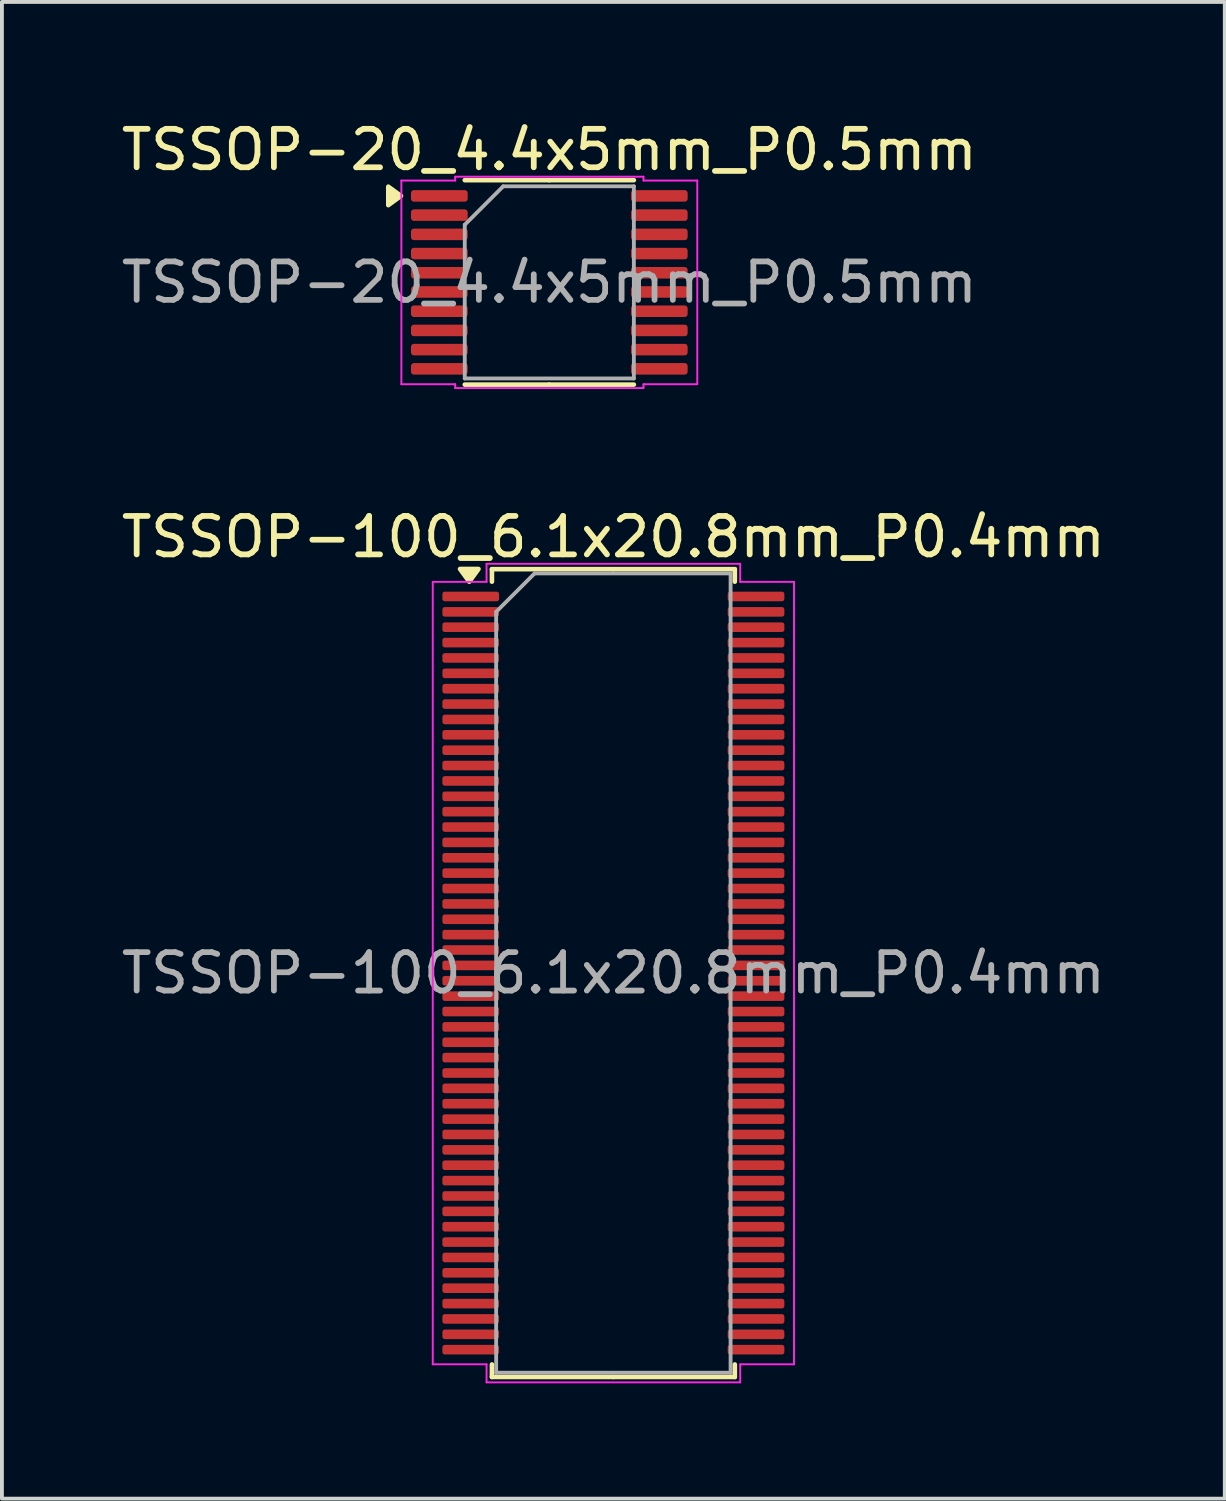
<source format=kicad_pcb>
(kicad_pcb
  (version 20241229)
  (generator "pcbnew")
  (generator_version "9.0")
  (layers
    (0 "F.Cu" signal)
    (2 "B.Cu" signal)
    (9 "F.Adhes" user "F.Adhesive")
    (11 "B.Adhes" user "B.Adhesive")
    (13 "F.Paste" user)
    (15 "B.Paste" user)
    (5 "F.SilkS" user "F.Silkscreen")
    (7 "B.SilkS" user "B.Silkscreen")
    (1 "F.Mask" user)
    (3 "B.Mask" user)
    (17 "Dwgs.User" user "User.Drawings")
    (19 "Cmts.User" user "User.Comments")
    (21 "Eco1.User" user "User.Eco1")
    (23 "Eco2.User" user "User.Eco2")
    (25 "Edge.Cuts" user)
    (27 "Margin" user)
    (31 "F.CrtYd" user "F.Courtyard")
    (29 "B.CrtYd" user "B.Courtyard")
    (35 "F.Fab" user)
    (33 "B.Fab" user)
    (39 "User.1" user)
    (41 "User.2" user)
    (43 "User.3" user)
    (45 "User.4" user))
  (footprint "TSSOP-100_6.1x20.8mm_P0.4mm"
    (layer "F.Cu")
    (at 12.911 22.271)
    (property "Reference" "TSSOP-100_6.1x20.8mm_P0.4mm" (at 0 -11.35 0) (layer "F.SilkS") (effects (font (size 1 1) (thickness 0.15))))
    (attr smd)
    (fp_line (start -3.16 -10.51) (end -3.16 -10.185) (stroke (width 0.12) (type solid)) (layer "F.SilkS"))
    (fp_line (start -3.16 10.51) (end -3.16 10.185) (stroke (width 0.12) (type solid)) (layer "F.SilkS"))
    (fp_line (start 0 -10.51) (end -3.16 -10.51) (stroke (width 0.12) (type solid)) (layer "F.SilkS"))
    (fp_line (start 0 -10.51) (end 3.16 -10.51) (stroke (width 0.12) (type solid)) (layer "F.SilkS"))
    (fp_line (start 0 10.51) (end -3.16 10.51) (stroke (width 0.12) (type solid)) (layer "F.SilkS"))
    (fp_line (start 0 10.51) (end 3.16 10.51) (stroke (width 0.12) (type solid)) (layer "F.SilkS"))
    (fp_line (start 3.16 -10.51) (end 3.16 -10.185) (stroke (width 0.12) (type solid)) (layer "F.SilkS"))
    (fp_line (start 3.16 10.51) (end 3.16 10.185) (stroke (width 0.12) (type solid)) (layer "F.SilkS"))
    (fp_poly (pts (xy -3.75 -10.185) (xy -3.99 -10.515) (xy -3.51 -10.515)) (stroke (width 0.12) (type solid)) (fill yes) (layer "F.SilkS"))
    (fp_line (start -4.7 -10.18) (end -3.3 -10.18) (stroke (width 0.05) (type solid)) (layer "F.CrtYd"))
    (fp_line (start -4.7 10.18) (end -4.7 -10.18) (stroke (width 0.05) (type solid)) (layer "F.CrtYd"))
    (fp_line (start -3.3 -10.65) (end 3.3 -10.65) (stroke (width 0.05) (type solid)) (layer "F.CrtYd"))
    (fp_line (start -3.3 -10.18) (end -3.3 -10.65) (stroke (width 0.05) (type solid)) (layer "F.CrtYd"))
    (fp_line (start -3.3 10.18) (end -4.7 10.18) (stroke (width 0.05) (type solid)) (layer "F.CrtYd"))
    (fp_line (start -3.3 10.65) (end -3.3 10.18) (stroke (width 0.05) (type solid)) (layer "F.CrtYd"))
    (fp_line (start 3.3 -10.65) (end 3.3 -10.18) (stroke (width 0.05) (type solid)) (layer "F.CrtYd"))
    (fp_line (start 3.3 -10.18) (end 4.7 -10.18) (stroke (width 0.05) (type solid)) (layer "F.CrtYd"))
    (fp_line (start 3.3 10.18) (end 3.3 10.65) (stroke (width 0.05) (type solid)) (layer "F.CrtYd"))
    (fp_line (start 3.3 10.65) (end -3.3 10.65) (stroke (width 0.05) (type solid)) (layer "F.CrtYd"))
    (fp_line (start 4.7 -10.18) (end 4.7 10.18) (stroke (width 0.05) (type solid)) (layer "F.CrtYd"))
    (fp_line (start 4.7 10.18) (end 3.3 10.18) (stroke (width 0.05) (type solid)) (layer "F.CrtYd"))
    (fp_line (start -3.05 -9.4) (end -2.05 -10.4) (stroke (width 0.1) (type solid)) (layer "F.Fab"))
    (fp_line (start -3.05 10.4) (end -3.05 -9.4) (stroke (width 0.1) (type solid)) (layer "F.Fab"))
    (fp_line (start -2.05 -10.4) (end 3.05 -10.4) (stroke (width 0.1) (type solid)) (layer "F.Fab"))
    (fp_line (start 3.05 -10.4) (end 3.05 10.4) (stroke (width 0.1) (type solid)) (layer "F.Fab"))
    (fp_line (start 3.05 10.4) (end -3.05 10.4) (stroke (width 0.1) (type solid)) (layer "F.Fab"))
    (fp_text user "${REFERENCE}" (at 0 0 0) (layer "F.Fab") (effects (font (size 1 1) (thickness 0.15))))
    (pad "1" smd roundrect (at -3.712 -9.8) (size 1.475 0.25) (layers "F.Cu" "F.Mask" "F.Paste") (roundrect_rratio 0.25))
    (pad "2" smd roundrect (at -3.712 -9.4) (size 1.475 0.25) (layers "F.Cu" "F.Mask" "F.Paste") (roundrect_rratio 0.25))
    (pad "3" smd roundrect (at -3.712 -9) (size 1.475 0.25) (layers "F.Cu" "F.Mask" "F.Paste") (roundrect_rratio 0.25))
    (pad "4" smd roundrect (at -3.712 -8.6) (size 1.475 0.25) (layers "F.Cu" "F.Mask" "F.Paste") (roundrect_rratio 0.25))
    (pad "5" smd roundrect (at -3.712 -8.2) (size 1.475 0.25) (layers "F.Cu" "F.Mask" "F.Paste") (roundrect_rratio 0.25))
    (pad "6" smd roundrect (at -3.712 -7.8) (size 1.475 0.25) (layers "F.Cu" "F.Mask" "F.Paste") (roundrect_rratio 0.25))
    (pad "7" smd roundrect (at -3.712 -7.4) (size 1.475 0.25) (layers "F.Cu" "F.Mask" "F.Paste") (roundrect_rratio 0.25))
    (pad "8" smd roundrect (at -3.712 -7) (size 1.475 0.25) (layers "F.Cu" "F.Mask" "F.Paste") (roundrect_rratio 0.25))
    (pad "9" smd roundrect (at -3.712 -6.6) (size 1.475 0.25) (layers "F.Cu" "F.Mask" "F.Paste") (roundrect_rratio 0.25))
    (pad "10" smd roundrect (at -3.712 -6.2) (size 1.475 0.25) (layers "F.Cu" "F.Mask" "F.Paste") (roundrect_rratio 0.25))
    (pad "11" smd roundrect (at -3.712 -5.8) (size 1.475 0.25) (layers "F.Cu" "F.Mask" "F.Paste") (roundrect_rratio 0.25))
    (pad "12" smd roundrect (at -3.712 -5.4) (size 1.475 0.25) (layers "F.Cu" "F.Mask" "F.Paste") (roundrect_rratio 0.25))
    (pad "13" smd roundrect (at -3.712 -5) (size 1.475 0.25) (layers "F.Cu" "F.Mask" "F.Paste") (roundrect_rratio 0.25))
    (pad "14" smd roundrect (at -3.712 -4.6) (size 1.475 0.25) (layers "F.Cu" "F.Mask" "F.Paste") (roundrect_rratio 0.25))
    (pad "15" smd roundrect (at -3.712 -4.2) (size 1.475 0.25) (layers "F.Cu" "F.Mask" "F.Paste") (roundrect_rratio 0.25))
    (pad "16" smd roundrect (at -3.712 -3.8) (size 1.475 0.25) (layers "F.Cu" "F.Mask" "F.Paste") (roundrect_rratio 0.25))
    (pad "17" smd roundrect (at -3.712 -3.4) (size 1.475 0.25) (layers "F.Cu" "F.Mask" "F.Paste") (roundrect_rratio 0.25))
    (pad "18" smd roundrect (at -3.712 -3) (size 1.475 0.25) (layers "F.Cu" "F.Mask" "F.Paste") (roundrect_rratio 0.25))
    (pad "19" smd roundrect (at -3.712 -2.6) (size 1.475 0.25) (layers "F.Cu" "F.Mask" "F.Paste") (roundrect_rratio 0.25))
    (pad "20" smd roundrect (at -3.712 -2.2) (size 1.475 0.25) (layers "F.Cu" "F.Mask" "F.Paste") (roundrect_rratio 0.25))
    (pad "21" smd roundrect (at -3.712 -1.8) (size 1.475 0.25) (layers "F.Cu" "F.Mask" "F.Paste") (roundrect_rratio 0.25))
    (pad "22" smd roundrect (at -3.712 -1.4) (size 1.475 0.25) (layers "F.Cu" "F.Mask" "F.Paste") (roundrect_rratio 0.25))
    (pad "23" smd roundrect (at -3.712 -1) (size 1.475 0.25) (layers "F.Cu" "F.Mask" "F.Paste") (roundrect_rratio 0.25))
    (pad "24" smd roundrect (at -3.712 -0.6) (size 1.475 0.25) (layers "F.Cu" "F.Mask" "F.Paste") (roundrect_rratio 0.25))
    (pad "25" smd roundrect (at -3.712 -0.2) (size 1.475 0.25) (layers "F.Cu" "F.Mask" "F.Paste") (roundrect_rratio 0.25))
    (pad "26" smd roundrect (at -3.712 0.2) (size 1.475 0.25) (layers "F.Cu" "F.Mask" "F.Paste") (roundrect_rratio 0.25))
    (pad "27" smd roundrect (at -3.712 0.6) (size 1.475 0.25) (layers "F.Cu" "F.Mask" "F.Paste") (roundrect_rratio 0.25))
    (pad "28" smd roundrect (at -3.712 1) (size 1.475 0.25) (layers "F.Cu" "F.Mask" "F.Paste") (roundrect_rratio 0.25))
    (pad "29" smd roundrect (at -3.712 1.4) (size 1.475 0.25) (layers "F.Cu" "F.Mask" "F.Paste") (roundrect_rratio 0.25))
    (pad "30" smd roundrect (at -3.712 1.8) (size 1.475 0.25) (layers "F.Cu" "F.Mask" "F.Paste") (roundrect_rratio 0.25))
    (pad "31" smd roundrect (at -3.712 2.2) (size 1.475 0.25) (layers "F.Cu" "F.Mask" "F.Paste") (roundrect_rratio 0.25))
    (pad "32" smd roundrect (at -3.712 2.6) (size 1.475 0.25) (layers "F.Cu" "F.Mask" "F.Paste") (roundrect_rratio 0.25))
    (pad "33" smd roundrect (at -3.712 3) (size 1.475 0.25) (layers "F.Cu" "F.Mask" "F.Paste") (roundrect_rratio 0.25))
    (pad "34" smd roundrect (at -3.712 3.4) (size 1.475 0.25) (layers "F.Cu" "F.Mask" "F.Paste") (roundrect_rratio 0.25))
    (pad "35" smd roundrect (at -3.712 3.8) (size 1.475 0.25) (layers "F.Cu" "F.Mask" "F.Paste") (roundrect_rratio 0.25))
    (pad "36" smd roundrect (at -3.712 4.2) (size 1.475 0.25) (layers "F.Cu" "F.Mask" "F.Paste") (roundrect_rratio 0.25))
    (pad "37" smd roundrect (at -3.712 4.6) (size 1.475 0.25) (layers "F.Cu" "F.Mask" "F.Paste") (roundrect_rratio 0.25))
    (pad "38" smd roundrect (at -3.712 5) (size 1.475 0.25) (layers "F.Cu" "F.Mask" "F.Paste") (roundrect_rratio 0.25))
    (pad "39" smd roundrect (at -3.712 5.4) (size 1.475 0.25) (layers "F.Cu" "F.Mask" "F.Paste") (roundrect_rratio 0.25))
    (pad "40" smd roundrect (at -3.712 5.8) (size 1.475 0.25) (layers "F.Cu" "F.Mask" "F.Paste") (roundrect_rratio 0.25))
    (pad "41" smd roundrect (at -3.712 6.2) (size 1.475 0.25) (layers "F.Cu" "F.Mask" "F.Paste") (roundrect_rratio 0.25))
    (pad "42" smd roundrect (at -3.712 6.6) (size 1.475 0.25) (layers "F.Cu" "F.Mask" "F.Paste") (roundrect_rratio 0.25))
    (pad "43" smd roundrect (at -3.712 7) (size 1.475 0.25) (layers "F.Cu" "F.Mask" "F.Paste") (roundrect_rratio 0.25))
    (pad "44" smd roundrect (at -3.712 7.4) (size 1.475 0.25) (layers "F.Cu" "F.Mask" "F.Paste") (roundrect_rratio 0.25))
    (pad "45" smd roundrect (at -3.712 7.8) (size 1.475 0.25) (layers "F.Cu" "F.Mask" "F.Paste") (roundrect_rratio 0.25))
    (pad "46" smd roundrect (at -3.712 8.2) (size 1.475 0.25) (layers "F.Cu" "F.Mask" "F.Paste") (roundrect_rratio 0.25))
    (pad "47" smd roundrect (at -3.712 8.6) (size 1.475 0.25) (layers "F.Cu" "F.Mask" "F.Paste") (roundrect_rratio 0.25))
    (pad "48" smd roundrect (at -3.712 9) (size 1.475 0.25) (layers "F.Cu" "F.Mask" "F.Paste") (roundrect_rratio 0.25))
    (pad "49" smd roundrect (at -3.712 9.4) (size 1.475 0.25) (layers "F.Cu" "F.Mask" "F.Paste") (roundrect_rratio 0.25))
    (pad "50" smd roundrect (at -3.712 9.8) (size 1.475 0.25) (layers "F.Cu" "F.Mask" "F.Paste") (roundrect_rratio 0.25))
    (pad "51" smd roundrect (at 3.712 9.8) (size 1.475 0.25) (layers "F.Cu" "F.Mask" "F.Paste") (roundrect_rratio 0.25))
    (pad "52" smd roundrect (at 3.712 9.4) (size 1.475 0.25) (layers "F.Cu" "F.Mask" "F.Paste") (roundrect_rratio 0.25))
    (pad "53" smd roundrect (at 3.712 9) (size 1.475 0.25) (layers "F.Cu" "F.Mask" "F.Paste") (roundrect_rratio 0.25))
    (pad "54" smd roundrect (at 3.712 8.6) (size 1.475 0.25) (layers "F.Cu" "F.Mask" "F.Paste") (roundrect_rratio 0.25))
    (pad "55" smd roundrect (at 3.712 8.2) (size 1.475 0.25) (layers "F.Cu" "F.Mask" "F.Paste") (roundrect_rratio 0.25))
    (pad "56" smd roundrect (at 3.712 7.8) (size 1.475 0.25) (layers "F.Cu" "F.Mask" "F.Paste") (roundrect_rratio 0.25))
    (pad "57" smd roundrect (at 3.712 7.4) (size 1.475 0.25) (layers "F.Cu" "F.Mask" "F.Paste") (roundrect_rratio 0.25))
    (pad "58" smd roundrect (at 3.712 7) (size 1.475 0.25) (layers "F.Cu" "F.Mask" "F.Paste") (roundrect_rratio 0.25))
    (pad "59" smd roundrect (at 3.712 6.6) (size 1.475 0.25) (layers "F.Cu" "F.Mask" "F.Paste") (roundrect_rratio 0.25))
    (pad "60" smd roundrect (at 3.712 6.2) (size 1.475 0.25) (layers "F.Cu" "F.Mask" "F.Paste") (roundrect_rratio 0.25))
    (pad "61" smd roundrect (at 3.712 5.8) (size 1.475 0.25) (layers "F.Cu" "F.Mask" "F.Paste") (roundrect_rratio 0.25))
    (pad "62" smd roundrect (at 3.712 5.4) (size 1.475 0.25) (layers "F.Cu" "F.Mask" "F.Paste") (roundrect_rratio 0.25))
    (pad "63" smd roundrect (at 3.712 5) (size 1.475 0.25) (layers "F.Cu" "F.Mask" "F.Paste") (roundrect_rratio 0.25))
    (pad "64" smd roundrect (at 3.712 4.6) (size 1.475 0.25) (layers "F.Cu" "F.Mask" "F.Paste") (roundrect_rratio 0.25))
    (pad "65" smd roundrect (at 3.712 4.2) (size 1.475 0.25) (layers "F.Cu" "F.Mask" "F.Paste") (roundrect_rratio 0.25))
    (pad "66" smd roundrect (at 3.712 3.8) (size 1.475 0.25) (layers "F.Cu" "F.Mask" "F.Paste") (roundrect_rratio 0.25))
    (pad "67" smd roundrect (at 3.712 3.4) (size 1.475 0.25) (layers "F.Cu" "F.Mask" "F.Paste") (roundrect_rratio 0.25))
    (pad "68" smd roundrect (at 3.712 3) (size 1.475 0.25) (layers "F.Cu" "F.Mask" "F.Paste") (roundrect_rratio 0.25))
    (pad "69" smd roundrect (at 3.712 2.6) (size 1.475 0.25) (layers "F.Cu" "F.Mask" "F.Paste") (roundrect_rratio 0.25))
    (pad "70" smd roundrect (at 3.712 2.2) (size 1.475 0.25) (layers "F.Cu" "F.Mask" "F.Paste") (roundrect_rratio 0.25))
    (pad "71" smd roundrect (at 3.712 1.8) (size 1.475 0.25) (layers "F.Cu" "F.Mask" "F.Paste") (roundrect_rratio 0.25))
    (pad "72" smd roundrect (at 3.712 1.4) (size 1.475 0.25) (layers "F.Cu" "F.Mask" "F.Paste") (roundrect_rratio 0.25))
    (pad "73" smd roundrect (at 3.712 1) (size 1.475 0.25) (layers "F.Cu" "F.Mask" "F.Paste") (roundrect_rratio 0.25))
    (pad "74" smd roundrect (at 3.712 0.6) (size 1.475 0.25) (layers "F.Cu" "F.Mask" "F.Paste") (roundrect_rratio 0.25))
    (pad "75" smd roundrect (at 3.712 0.2) (size 1.475 0.25) (layers "F.Cu" "F.Mask" "F.Paste") (roundrect_rratio 0.25))
    (pad "76" smd roundrect (at 3.712 -0.2) (size 1.475 0.25) (layers "F.Cu" "F.Mask" "F.Paste") (roundrect_rratio 0.25))
    (pad "77" smd roundrect (at 3.712 -0.6) (size 1.475 0.25) (layers "F.Cu" "F.Mask" "F.Paste") (roundrect_rratio 0.25))
    (pad "78" smd roundrect (at 3.712 -1) (size 1.475 0.25) (layers "F.Cu" "F.Mask" "F.Paste") (roundrect_rratio 0.25))
    (pad "79" smd roundrect (at 3.712 -1.4) (size 1.475 0.25) (layers "F.Cu" "F.Mask" "F.Paste") (roundrect_rratio 0.25))
    (pad "80" smd roundrect (at 3.712 -1.8) (size 1.475 0.25) (layers "F.Cu" "F.Mask" "F.Paste") (roundrect_rratio 0.25))
    (pad "81" smd roundrect (at 3.712 -2.2) (size 1.475 0.25) (layers "F.Cu" "F.Mask" "F.Paste") (roundrect_rratio 0.25))
    (pad "82" smd roundrect (at 3.712 -2.6) (size 1.475 0.25) (layers "F.Cu" "F.Mask" "F.Paste") (roundrect_rratio 0.25))
    (pad "83" smd roundrect (at 3.712 -3) (size 1.475 0.25) (layers "F.Cu" "F.Mask" "F.Paste") (roundrect_rratio 0.25))
    (pad "84" smd roundrect (at 3.712 -3.4) (size 1.475 0.25) (layers "F.Cu" "F.Mask" "F.Paste") (roundrect_rratio 0.25))
    (pad "85" smd roundrect (at 3.712 -3.8) (size 1.475 0.25) (layers "F.Cu" "F.Mask" "F.Paste") (roundrect_rratio 0.25))
    (pad "86" smd roundrect (at 3.712 -4.2) (size 1.475 0.25) (layers "F.Cu" "F.Mask" "F.Paste") (roundrect_rratio 0.25))
    (pad "87" smd roundrect (at 3.712 -4.6) (size 1.475 0.25) (layers "F.Cu" "F.Mask" "F.Paste") (roundrect_rratio 0.25))
    (pad "88" smd roundrect (at 3.712 -5) (size 1.475 0.25) (layers "F.Cu" "F.Mask" "F.Paste") (roundrect_rratio 0.25))
    (pad "89" smd roundrect (at 3.712 -5.4) (size 1.475 0.25) (layers "F.Cu" "F.Mask" "F.Paste") (roundrect_rratio 0.25))
    (pad "90" smd roundrect (at 3.712 -5.8) (size 1.475 0.25) (layers "F.Cu" "F.Mask" "F.Paste") (roundrect_rratio 0.25))
    (pad "91" smd roundrect (at 3.712 -6.2) (size 1.475 0.25) (layers "F.Cu" "F.Mask" "F.Paste") (roundrect_rratio 0.25))
    (pad "92" smd roundrect (at 3.712 -6.6) (size 1.475 0.25) (layers "F.Cu" "F.Mask" "F.Paste") (roundrect_rratio 0.25))
    (pad "93" smd roundrect (at 3.712 -7) (size 1.475 0.25) (layers "F.Cu" "F.Mask" "F.Paste") (roundrect_rratio 0.25))
    (pad "94" smd roundrect (at 3.712 -7.4) (size 1.475 0.25) (layers "F.Cu" "F.Mask" "F.Paste") (roundrect_rratio 0.25))
    (pad "95" smd roundrect (at 3.712 -7.8) (size 1.475 0.25) (layers "F.Cu" "F.Mask" "F.Paste") (roundrect_rratio 0.25))
    (pad "96" smd roundrect (at 3.712 -8.2) (size 1.475 0.25) (layers "F.Cu" "F.Mask" "F.Paste") (roundrect_rratio 0.25))
    (pad "97" smd roundrect (at 3.712 -8.6) (size 1.475 0.25) (layers "F.Cu" "F.Mask" "F.Paste") (roundrect_rratio 0.25))
    (pad "98" smd roundrect (at 3.712 -9) (size 1.475 0.25) (layers "F.Cu" "F.Mask" "F.Paste") (roundrect_rratio 0.25))
    (pad "99" smd roundrect (at 3.712 -9.4) (size 1.475 0.25) (layers "F.Cu" "F.Mask" "F.Paste") (roundrect_rratio 0.25))
    (pad "100" smd roundrect (at 3.712 -9.8) (size 1.475 0.25) (layers "F.Cu" "F.Mask" "F.Paste") (roundrect_rratio 0.25)))
  (footprint "TSSOP-20_4.4x5mm_P0.5mm"
    (layer "F.Cu")
    (at 11.244 4.298)
    (property "Reference" "TSSOP-20_4.4x5mm_P0.5mm" (at 0 -3.45 0) (layer "F.SilkS") (effects (font (size 1 1) (thickness 0.15))))
    (attr smd)
    (fp_line (start 0 -2.66) (end -2.2 -2.66) (stroke (width 0.12) (type solid)) (layer "F.SilkS"))
    (fp_line (start 0 -2.66) (end 2.2 -2.66) (stroke (width 0.12) (type solid)) (layer "F.SilkS"))
    (fp_line (start 0 2.66) (end -2.2 2.66) (stroke (width 0.12) (type solid)) (layer "F.SilkS"))
    (fp_line (start 0 2.66) (end 2.2 2.66) (stroke (width 0.12) (type solid)) (layer "F.SilkS"))
    (fp_poly (pts (xy -3.86 -2.25) (xy -4.19 -2.01) (xy -4.19 -2.49)) (stroke (width 0.12) (type solid)) (fill yes) (layer "F.SilkS"))
    (fp_line (start -3.85 -2.65) (end -2.45 -2.65) (stroke (width 0.05) (type solid)) (layer "F.CrtYd"))
    (fp_line (start -3.85 2.65) (end -3.85 -2.65) (stroke (width 0.05) (type solid)) (layer "F.CrtYd"))
    (fp_line (start -2.45 -2.75) (end 2.45 -2.75) (stroke (width 0.05) (type solid)) (layer "F.CrtYd"))
    (fp_line (start -2.45 -2.65) (end -2.45 -2.75) (stroke (width 0.05) (type solid)) (layer "F.CrtYd"))
    (fp_line (start -2.45 2.65) (end -3.85 2.65) (stroke (width 0.05) (type solid)) (layer "F.CrtYd"))
    (fp_line (start -2.45 2.75) (end -2.45 2.65) (stroke (width 0.05) (type solid)) (layer "F.CrtYd"))
    (fp_line (start 2.45 -2.75) (end 2.45 -2.65) (stroke (width 0.05) (type solid)) (layer "F.CrtYd"))
    (fp_line (start 2.45 -2.65) (end 3.85 -2.65) (stroke (width 0.05) (type solid)) (layer "F.CrtYd"))
    (fp_line (start 2.45 2.65) (end 2.45 2.75) (stroke (width 0.05) (type solid)) (layer "F.CrtYd"))
    (fp_line (start 2.45 2.75) (end -2.45 2.75) (stroke (width 0.05) (type solid)) (layer "F.CrtYd"))
    (fp_line (start 3.85 -2.65) (end 3.85 2.65) (stroke (width 0.05) (type solid)) (layer "F.CrtYd"))
    (fp_line (start 3.85 2.65) (end 2.45 2.65) (stroke (width 0.05) (type solid)) (layer "F.CrtYd"))
    (fp_line (start -2.2 -1.5) (end -1.2 -2.5) (stroke (width 0.1) (type solid)) (layer "F.Fab"))
    (fp_line (start -2.2 2.5) (end -2.2 -1.5) (stroke (width 0.1) (type solid)) (layer "F.Fab"))
    (fp_line (start -1.2 -2.5) (end 2.2 -2.5) (stroke (width 0.1) (type solid)) (layer "F.Fab"))
    (fp_line (start 2.2 -2.5) (end 2.2 2.5) (stroke (width 0.1) (type solid)) (layer "F.Fab"))
    (fp_line (start 2.2 2.5) (end -2.2 2.5) (stroke (width 0.1) (type solid)) (layer "F.Fab"))
    (fp_text user "${REFERENCE}" (at 0 0 0) (layer "F.Fab") (effects (font (size 1 1) (thickness 0.15))))
    (pad "1" smd roundrect (at -2.862 -2.25) (size 1.475 0.3) (layers "F.Cu" "F.Mask" "F.Paste") (roundrect_rratio 0.25))
    (pad "2" smd roundrect (at -2.862 -1.75) (size 1.475 0.3) (layers "F.Cu" "F.Mask" "F.Paste") (roundrect_rratio 0.25))
    (pad "3" smd roundrect (at -2.862 -1.25) (size 1.475 0.3) (layers "F.Cu" "F.Mask" "F.Paste") (roundrect_rratio 0.25))
    (pad "4" smd roundrect (at -2.862 -0.75) (size 1.475 0.3) (layers "F.Cu" "F.Mask" "F.Paste") (roundrect_rratio 0.25))
    (pad "5" smd roundrect (at -2.862 -0.25) (size 1.475 0.3) (layers "F.Cu" "F.Mask" "F.Paste") (roundrect_rratio 0.25))
    (pad "6" smd roundrect (at -2.862 0.25) (size 1.475 0.3) (layers "F.Cu" "F.Mask" "F.Paste") (roundrect_rratio 0.25))
    (pad "7" smd roundrect (at -2.862 0.75) (size 1.475 0.3) (layers "F.Cu" "F.Mask" "F.Paste") (roundrect_rratio 0.25))
    (pad "8" smd roundrect (at -2.862 1.25) (size 1.475 0.3) (layers "F.Cu" "F.Mask" "F.Paste") (roundrect_rratio 0.25))
    (pad "9" smd roundrect (at -2.862 1.75) (size 1.475 0.3) (layers "F.Cu" "F.Mask" "F.Paste") (roundrect_rratio 0.25))
    (pad "10" smd roundrect (at -2.862 2.25) (size 1.475 0.3) (layers "F.Cu" "F.Mask" "F.Paste") (roundrect_rratio 0.25))
    (pad "11" smd roundrect (at 2.862 2.25) (size 1.475 0.3) (layers "F.Cu" "F.Mask" "F.Paste") (roundrect_rratio 0.25))
    (pad "12" smd roundrect (at 2.862 1.75) (size 1.475 0.3) (layers "F.Cu" "F.Mask" "F.Paste") (roundrect_rratio 0.25))
    (pad "13" smd roundrect (at 2.862 1.25) (size 1.475 0.3) (layers "F.Cu" "F.Mask" "F.Paste") (roundrect_rratio 0.25))
    (pad "14" smd roundrect (at 2.862 0.75) (size 1.475 0.3) (layers "F.Cu" "F.Mask" "F.Paste") (roundrect_rratio 0.25))
    (pad "15" smd roundrect (at 2.862 0.25) (size 1.475 0.3) (layers "F.Cu" "F.Mask" "F.Paste") (roundrect_rratio 0.25))
    (pad "16" smd roundrect (at 2.862 -0.25) (size 1.475 0.3) (layers "F.Cu" "F.Mask" "F.Paste") (roundrect_rratio 0.25))
    (pad "17" smd roundrect (at 2.862 -0.75) (size 1.475 0.3) (layers "F.Cu" "F.Mask" "F.Paste") (roundrect_rratio 0.25))
    (pad "18" smd roundrect (at 2.862 -1.25) (size 1.475 0.3) (layers "F.Cu" "F.Mask" "F.Paste") (roundrect_rratio 0.25))
    (pad "19" smd roundrect (at 2.862 -1.75) (size 1.475 0.3) (layers "F.Cu" "F.Mask" "F.Paste") (roundrect_rratio 0.25))
    (pad "20" smd roundrect (at 2.862 -2.25) (size 1.475 0.3) (layers "F.Cu" "F.Mask" "F.Paste") (roundrect_rratio 0.25)))
  (gr_rect
    (start -3 -3)
    (end 28.821 35.947)
    (stroke (width 0.1) (type default))
    (fill no)
    (layer "Edge.Cuts")))
</source>
